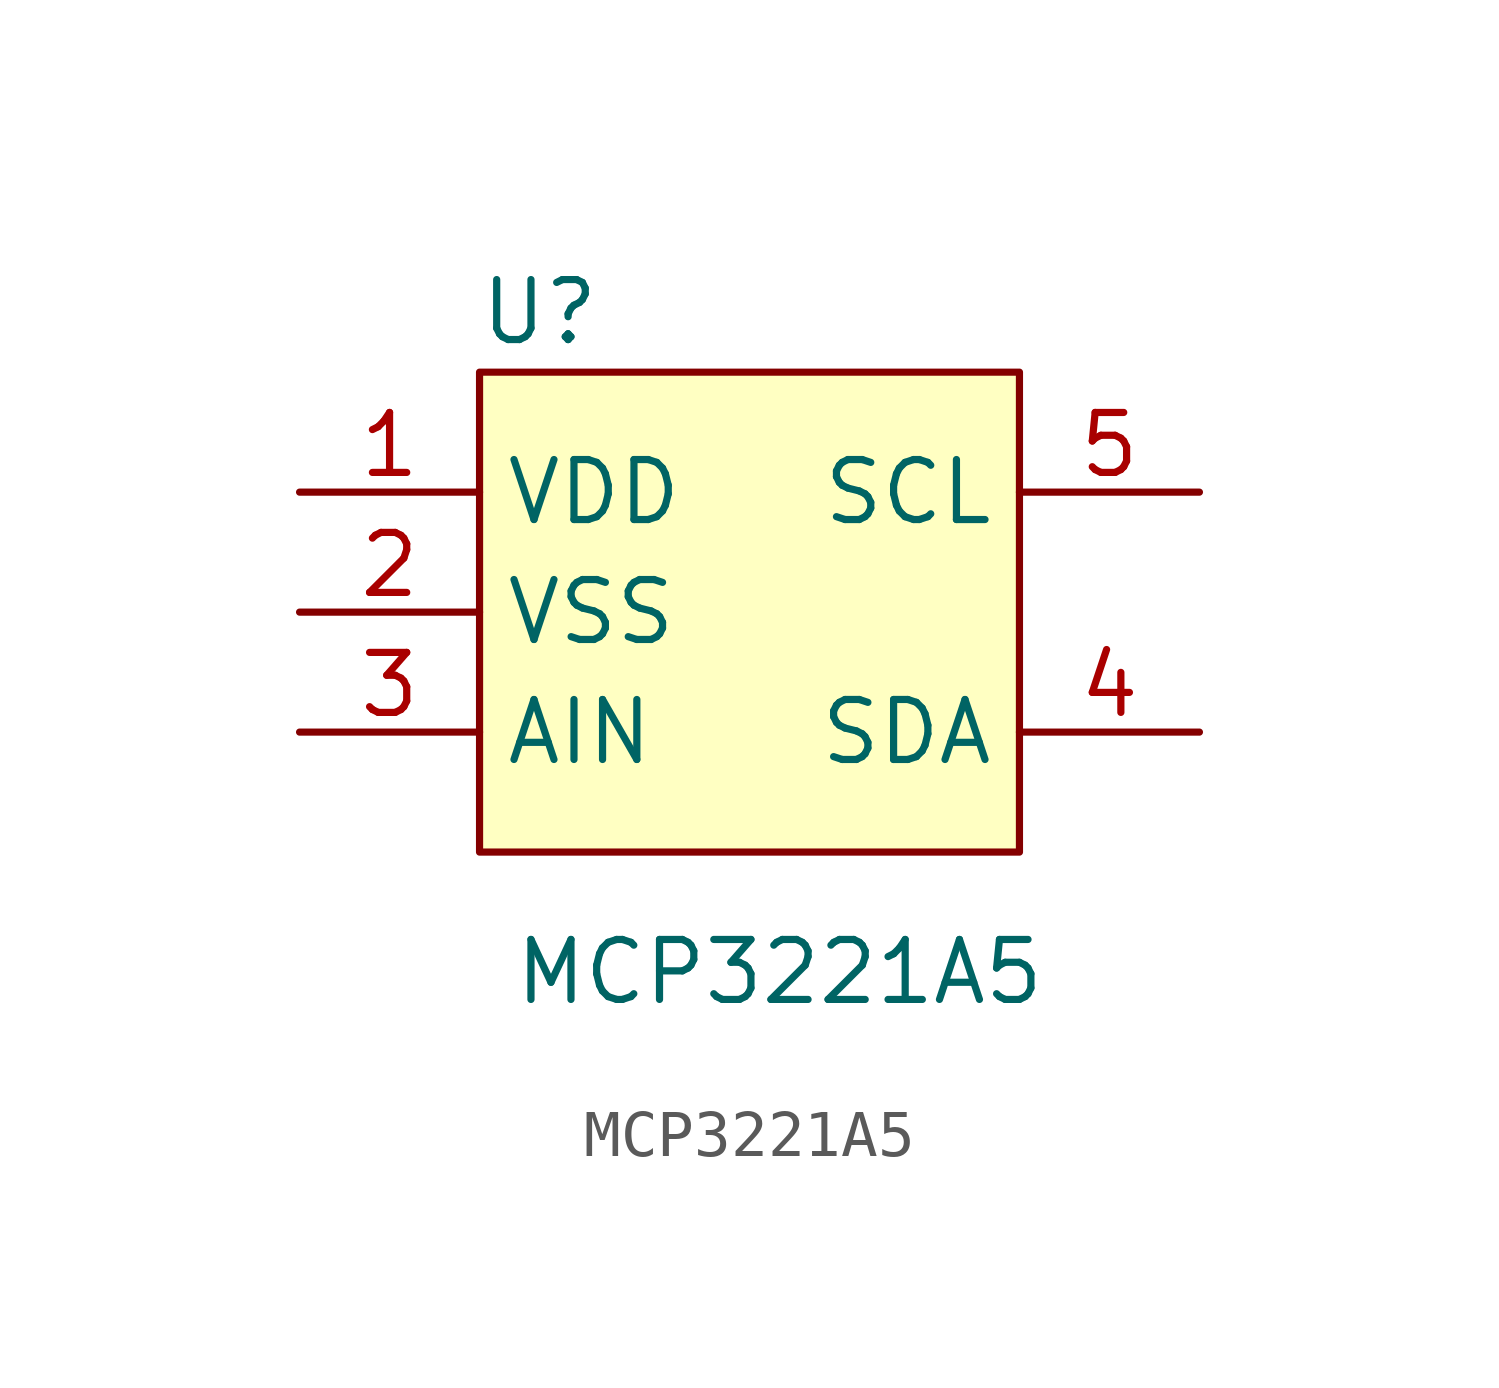
<source format=kicad_sym>
(kicad_symbol_lib
  (version 20220914)
  (generator kicad_symbol_editor)
  (symbol "MCP3221A5"
    (property "Reference" "U"
      (at 1.27 11.43 0)
      (effects (font (size 1.27 1.27))))
    (property "Value" "MCP3221A5"
      (at 6.35 -2.54 0)
      (effects (font (size 1.27 1.27))))
    (symbol "MCP3221A5_1_1"
      (rectangle (start 0 10.16) (end 11.43 0) (stroke (width 0) (type default)) (fill (type background)))
      (pin power_in line (at -3.81 7.62 0) (length 3.81) (name "VDD" (effects (font (size 1.27 1.27)))) (number "1" (effects (font (size 1.27 1.27)))))
      (pin power_in line (at -3.81 5.08 0) (length 3.81) (name "VSS" (effects (font (size 1.27 1.27)))) (number "2" (effects (font (size 1.27 1.27)))))
      (pin passive line (at -3.81 2.54 0) (length 3.81) (name "AIN" (effects (font (size 1.27 1.27)))) (number "3" (effects (font (size 1.27 1.27)))))
      (pin bidirectional line (at 15.24 2.54 180) (length 3.81) (name "SDA" (effects (font (size 1.27 1.27)))) (number "4" (effects (font (size 1.27 1.27)))))
      (pin bidirectional line (at 15.24 7.62 180) (length 3.81) (name "SCL" (effects (font (size 1.27 1.27)))) (number "5" (effects (font (size 1.27 1.27))))))))
</source>
